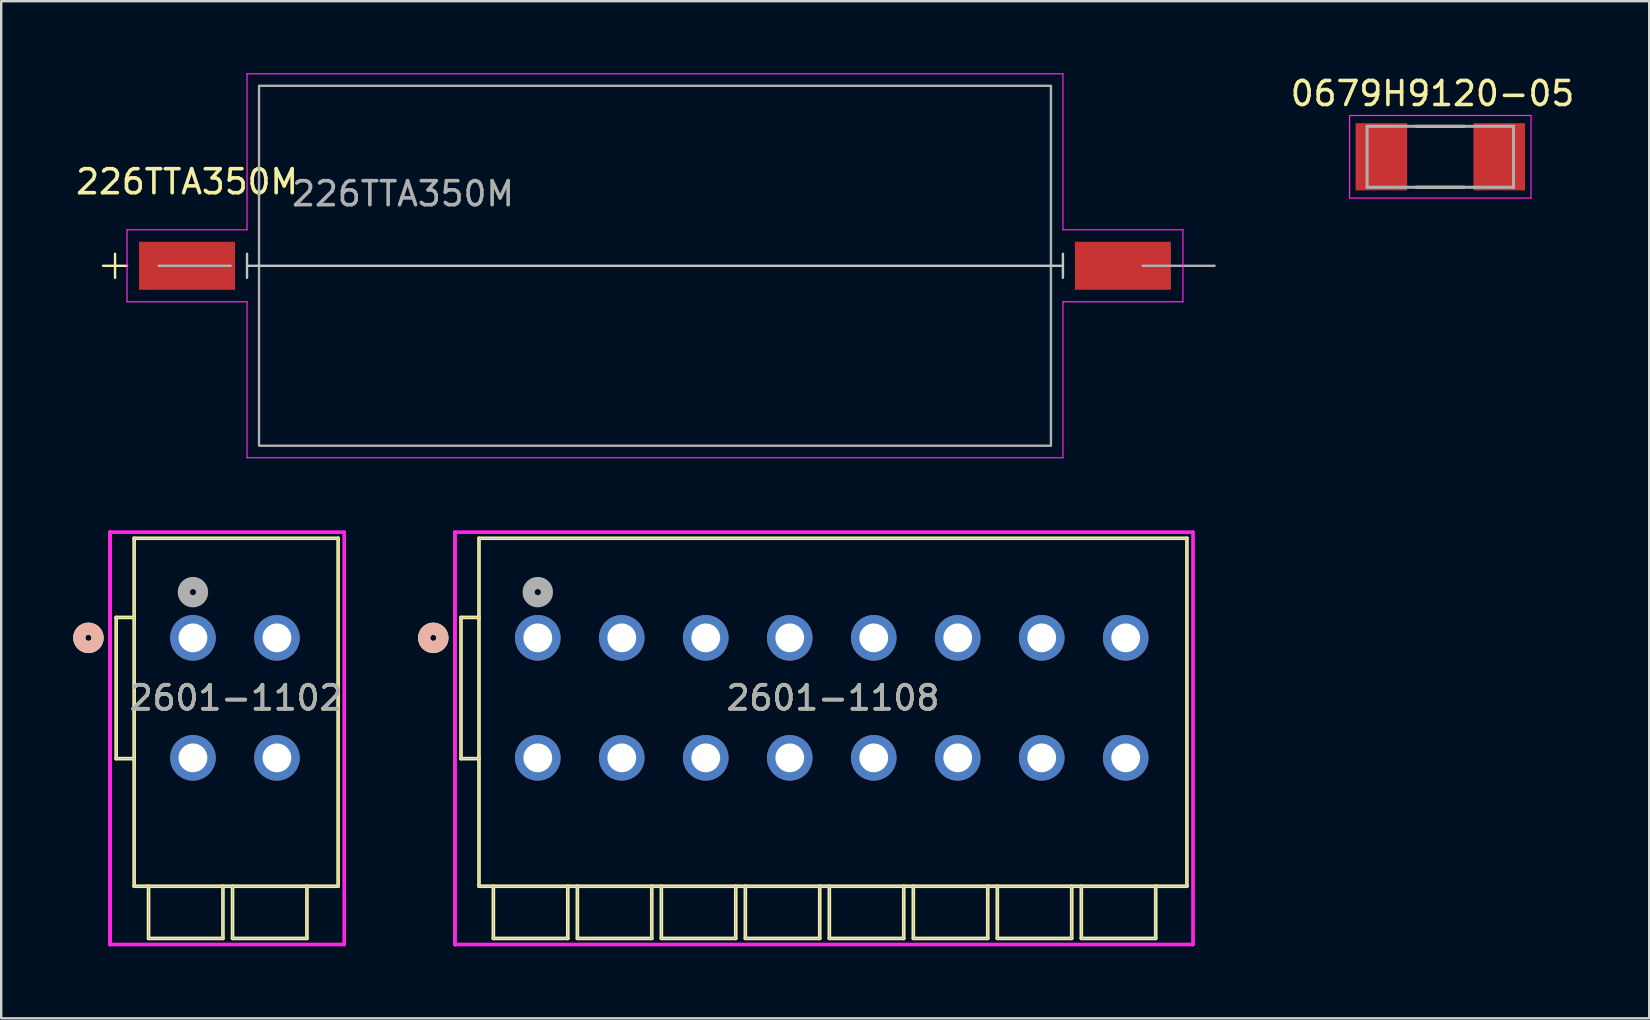
<source format=kicad_pcb>
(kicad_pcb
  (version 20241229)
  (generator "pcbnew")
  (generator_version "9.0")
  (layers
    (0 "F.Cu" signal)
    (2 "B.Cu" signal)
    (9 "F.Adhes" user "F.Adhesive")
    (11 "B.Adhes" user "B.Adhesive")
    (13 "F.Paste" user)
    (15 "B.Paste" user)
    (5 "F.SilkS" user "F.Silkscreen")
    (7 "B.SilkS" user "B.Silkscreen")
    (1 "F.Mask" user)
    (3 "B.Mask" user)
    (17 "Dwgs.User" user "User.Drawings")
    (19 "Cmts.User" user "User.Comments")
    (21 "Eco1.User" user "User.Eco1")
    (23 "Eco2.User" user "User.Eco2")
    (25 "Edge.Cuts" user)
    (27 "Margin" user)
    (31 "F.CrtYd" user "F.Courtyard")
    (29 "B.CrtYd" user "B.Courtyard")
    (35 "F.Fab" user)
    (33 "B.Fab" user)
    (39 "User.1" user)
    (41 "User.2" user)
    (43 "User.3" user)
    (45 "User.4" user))
  (footprint "226TTA350M"
    (layer "F.Cu")
    (at 4.744 8.025)
    (property "Reference" "226TTA350M" (at 0 -3.5 180) (layer "F.SilkS") (effects (font (size 1 1) (thickness 0.15))))
    (attr through_hole)
    (fp_line (start -3 -0.5) (end -3 0.5) (stroke (width 0.1) (type default)) (layer "F.SilkS"))
    (fp_line (start -2.5 0) (end -3.5 0) (stroke (width 0.1) (type default)) (layer "F.SilkS"))
    (fp_line (start 2.5 -0.5) (end 2.5 0.5) (stroke (width 0.1) (type default)) (layer "Dwgs.User"))
    (fp_line (start 2.5 0) (end 36.5 0) (stroke (width 0.1) (type default)) (layer "Dwgs.User"))
    (fp_line (start 36.5 -0.5) (end 36.5 0.5) (stroke (width 0.1) (type default)) (layer "Dwgs.User"))
    (fp_line (start -2.5 -1.5) (end -2.5 1.5) (stroke (width 0.05) (type default)) (layer "F.CrtYd"))
    (fp_line (start -2.5 1.5) (end 2.5 1.5) (stroke (width 0.05) (type default)) (layer "F.CrtYd"))
    (fp_line (start 2.5 -8) (end 2.5 -1.5) (stroke (width 0.05) (type default)) (layer "F.CrtYd"))
    (fp_line (start 2.5 -1.5) (end -2.5 -1.5) (stroke (width 0.05) (type default)) (layer "F.CrtYd"))
    (fp_line (start 2.5 1.5) (end 2.5 8) (stroke (width 0.05) (type default)) (layer "F.CrtYd"))
    (fp_line (start 2.5 8) (end 36.5 8) (stroke (width 0.05) (type default)) (layer "F.CrtYd"))
    (fp_line (start 36.5 -8) (end 2.5 -8) (stroke (width 0.05) (type default)) (layer "F.CrtYd"))
    (fp_line (start 36.5 -1.5) (end 36.5 -8) (stroke (width 0.05) (type default)) (layer "F.CrtYd"))
    (fp_line (start 36.5 1.5) (end 41.5 1.5) (stroke (width 0.05) (type default)) (layer "F.CrtYd"))
    (fp_line (start 36.5 8) (end 36.5 1.5) (stroke (width 0.05) (type default)) (layer "F.CrtYd"))
    (fp_line (start 41.5 -1.5) (end 36.5 -1.5) (stroke (width 0.05) (type default)) (layer "F.CrtYd"))
    (fp_line (start 41.5 1.5) (end 41.5 -1.5) (stroke (width 0.05) (type default)) (layer "F.CrtYd"))
    (fp_line (start -1.18 0) (end 1.82 0) (stroke (width 0.1) (type solid)) (layer "F.Fab"))
    (fp_line (start 42.82 0) (end 39.82 0) (stroke (width 0.1) (type solid)) (layer "F.Fab"))
    (fp_rect (start 3 -7.5) (end 36 7.5) (stroke (width 0.1) (type default)) (fill no) (layer "F.Fab"))
    (fp_text user "${REFERENCE}" (at 9 -3 180) (layer "F.Fab") (effects (font (size 1 1) (thickness 0.15))))
    (pad "1" smd rect (at 0 0) (size 4 2) (layers "F.Cu" "F.Mask" "F.Paste"))
    (pad "2" smd rect (at 39 0) (size 4 2) (layers "F.Cu" "F.Mask" "F.Paste")))
  (footprint "2601-1102"
    (layer "F.Cu")
    (at 4.99 23.53)
    (property "Reference" "2601-1102" (at 1.8 2.5 0) (unlocked yes) (layer "F.SilkS") (effects (font (size 1 1) (thickness 0.15))))
    (attr through_hole)
    (fp_line (start -3.2 5.034) (end -3.2 -0.85) (stroke (width 0.152) (type solid)) (layer "F.SilkS"))
    (fp_line (start -2.45 -4.15) (end 6.05 -4.15) (stroke (width 0.152) (type solid)) (layer "F.SilkS"))
    (fp_line (start -2.45 10.35) (end -2.45 -4.15) (stroke (width 0.152) (type solid)) (layer "F.SilkS"))
    (fp_line (start -2.45 10.35) (end 6.05 10.35) (stroke (width 0.152) (type solid)) (layer "F.SilkS"))
    (fp_line (start -2.45 -0.85) (end -3.2 -0.85) (stroke (width 0.152) (type solid)) (layer "F.SilkS"))
    (fp_line (start -2.45 5.034) (end -3.2 5.034) (stroke (width 0.152) (type solid)) (layer "F.SilkS"))
    (fp_line (start -1.85 10.35) (end -1.85 12.525) (stroke (width 0.152) (type solid)) (layer "F.SilkS"))
    (fp_line (start -1.85 12.525) (end 1.25 12.525) (stroke (width 0.152) (type solid)) (layer "F.SilkS"))
    (fp_line (start 1.25 10.35) (end 1.25 12.525) (stroke (width 0.152) (type solid)) (layer "F.SilkS"))
    (fp_line (start 1.65 10.35) (end 1.65 12.525) (stroke (width 0.152) (type solid)) (layer "F.SilkS"))
    (fp_line (start 1.65 12.525) (end 4.75 12.525) (stroke (width 0.152) (type solid)) (layer "F.SilkS"))
    (fp_line (start 4.75 10.35) (end 4.75 12.525) (stroke (width 0.152) (type solid)) (layer "F.SilkS"))
    (fp_line (start 6.05 -4.15) (end 6.05 10.35) (stroke (width 0.152) (type solid)) (layer "F.SilkS"))
    (fp_circle (center -4.355 0) (end -3.974 0) (stroke (width 0.508) (type solid)) (fill no) (layer "F.SilkS"))
    (fp_circle (center -4.355 0) (end -3.974 0) (stroke (width 0.508) (type solid)) (fill no) (layer "B.SilkS"))
    (fp_line (start -3.454 -4.404) (end -3.454 12.779) (stroke (width 0.152) (type solid)) (layer "F.CrtYd"))
    (fp_line (start -3.454 -4.404) (end -3.454 12.779) (stroke (width 0.152) (type solid)) (layer "F.CrtYd"))
    (fp_line (start -3.454 12.779) (end 6.304 12.779) (stroke (width 0.152) (type solid)) (layer "F.CrtYd"))
    (fp_line (start 6.304 -4.404) (end -3.454 -4.404) (stroke (width 0.152) (type solid)) (layer "F.CrtYd"))
    (fp_line (start 6.304 12.779) (end 6.304 -4.404) (stroke (width 0.152) (type solid)) (layer "F.CrtYd"))
    (fp_line (start -3.2 5.034) (end -3.2 -0.85) (stroke (width 0.025) (type solid)) (layer "F.Fab"))
    (fp_line (start -2.45 -4.15) (end 6.05 -4.15) (stroke (width 0.025) (type solid)) (layer "F.Fab"))
    (fp_line (start -2.45 10.35) (end -2.45 -4.15) (stroke (width 0.025) (type solid)) (layer "F.Fab"))
    (fp_line (start -2.45 10.35) (end 6.05 10.35) (stroke (width 0.025) (type solid)) (layer "F.Fab"))
    (fp_line (start -2.45 -0.85) (end -3.2 -0.85) (stroke (width 0.025) (type solid)) (layer "F.Fab"))
    (fp_line (start -2.45 5.034) (end -3.2 5.034) (stroke (width 0.025) (type solid)) (layer "F.Fab"))
    (fp_line (start -1.85 10.35) (end -1.85 12.525) (stroke (width 0.025) (type solid)) (layer "F.Fab"))
    (fp_line (start -1.85 12.525) (end 1.25 12.525) (stroke (width 0.025) (type solid)) (layer "F.Fab"))
    (fp_line (start 1.25 10.35) (end 1.25 12.525) (stroke (width 0.025) (type solid)) (layer "F.Fab"))
    (fp_line (start 1.65 10.35) (end 1.65 12.525) (stroke (width 0.025) (type solid)) (layer "F.Fab"))
    (fp_line (start 1.65 12.525) (end 4.75 12.525) (stroke (width 0.025) (type solid)) (layer "F.Fab"))
    (fp_line (start 4.75 10.35) (end 4.75 12.525) (stroke (width 0.025) (type solid)) (layer "F.Fab"))
    (fp_line (start 6.05 -4.15) (end 6.05 10.35) (stroke (width 0.025) (type solid)) (layer "F.Fab"))
    (fp_circle (center 0 -1.905) (end 0.381 -1.905) (stroke (width 0.508) (type solid)) (fill no) (layer "F.Fab"))
    (fp_text user "${REFERENCE}" (at 1.8 2.5 0) (unlocked yes) (layer "F.Fab") (effects (font (size 1 1) (thickness 0.15))))
    (pad "1" thru_hole circle (at 0 0) (size 1.9 1.9) (drill 1.2) (layers "*.Cu" "*.Mask"))
    (pad "2" thru_hole circle (at 0 5) (size 1.9 1.9) (drill 1.2) (layers "*.Cu" "*.Mask"))
    (pad "3" thru_hole circle (at 3.5 0) (size 1.9 1.9) (drill 1.2) (layers "*.Cu" "*.Mask"))
    (pad "4" thru_hole circle (at 3.5 5) (size 1.9 1.9) (drill 1.2) (layers "*.Cu" "*.Mask")))
  (footprint "2601-1108"
    (layer "F.Cu")
    (at 19.36 23.53)
    (property "Reference" "2601-1108" (at 12.3 2.5 0) (unlocked yes) (layer "F.SilkS") (effects (font (size 1 1) (thickness 0.15))))
    (attr through_hole)
    (fp_line (start -3.2 5.034) (end -3.2 -0.85) (stroke (width 0.152) (type solid)) (layer "F.SilkS"))
    (fp_line (start -2.45 -0.85) (end -3.2 -0.85) (stroke (width 0.152) (type solid)) (layer "F.SilkS"))
    (fp_line (start -2.45 5.034) (end -3.2 5.034) (stroke (width 0.152) (type solid)) (layer "F.SilkS"))
    (fp_line (start -2.45 -4.15) (end 27.05 -4.15) (stroke (width 0.152) (type solid)) (layer "F.SilkS"))
    (fp_line (start -2.45 10.35) (end -2.45 -4.15) (stroke (width 0.152) (type solid)) (layer "F.SilkS"))
    (fp_line (start -2.45 10.35) (end 27.05 10.35) (stroke (width 0.152) (type solid)) (layer "F.SilkS"))
    (fp_line (start -1.85 10.35) (end -1.85 12.525) (stroke (width 0.152) (type solid)) (layer "F.SilkS"))
    (fp_line (start -1.85 12.525) (end 1.25 12.525) (stroke (width 0.152) (type solid)) (layer "F.SilkS"))
    (fp_line (start 1.25 10.35) (end 1.25 12.525) (stroke (width 0.152) (type solid)) (layer "F.SilkS"))
    (fp_line (start 1.65 10.35) (end 1.65 12.525) (stroke (width 0.152) (type solid)) (layer "F.SilkS"))
    (fp_line (start 1.65 12.525) (end 4.75 12.525) (stroke (width 0.152) (type solid)) (layer "F.SilkS"))
    (fp_line (start 4.75 10.35) (end 4.75 12.525) (stroke (width 0.152) (type solid)) (layer "F.SilkS"))
    (fp_line (start 5.15 10.35) (end 5.15 12.525) (stroke (width 0.152) (type solid)) (layer "F.SilkS"))
    (fp_line (start 5.15 12.525) (end 8.25 12.525) (stroke (width 0.152) (type solid)) (layer "F.SilkS"))
    (fp_line (start 8.25 10.35) (end 8.25 12.525) (stroke (width 0.152) (type solid)) (layer "F.SilkS"))
    (fp_line (start 8.65 10.35) (end 8.65 12.525) (stroke (width 0.152) (type solid)) (layer "F.SilkS"))
    (fp_line (start 8.65 12.525) (end 11.75 12.525) (stroke (width 0.152) (type solid)) (layer "F.SilkS"))
    (fp_line (start 11.75 10.35) (end 11.75 12.525) (stroke (width 0.152) (type solid)) (layer "F.SilkS"))
    (fp_line (start 12.15 10.35) (end 12.15 12.525) (stroke (width 0.152) (type solid)) (layer "F.SilkS"))
    (fp_line (start 12.15 12.525) (end 15.25 12.525) (stroke (width 0.152) (type solid)) (layer "F.SilkS"))
    (fp_line (start 15.25 10.35) (end 15.25 12.525) (stroke (width 0.152) (type solid)) (layer "F.SilkS"))
    (fp_line (start 15.65 10.35) (end 15.65 12.525) (stroke (width 0.152) (type solid)) (layer "F.SilkS"))
    (fp_line (start 15.65 12.525) (end 18.75 12.525) (stroke (width 0.152) (type solid)) (layer "F.SilkS"))
    (fp_line (start 18.75 10.35) (end 18.75 12.525) (stroke (width 0.152) (type solid)) (layer "F.SilkS"))
    (fp_line (start 19.15 10.35) (end 19.15 12.525) (stroke (width 0.152) (type solid)) (layer "F.SilkS"))
    (fp_line (start 19.15 12.525) (end 22.25 12.525) (stroke (width 0.152) (type solid)) (layer "F.SilkS"))
    (fp_line (start 22.25 10.35) (end 22.25 12.525) (stroke (width 0.152) (type solid)) (layer "F.SilkS"))
    (fp_line (start 22.65 10.35) (end 22.65 12.525) (stroke (width 0.152) (type solid)) (layer "F.SilkS"))
    (fp_line (start 22.65 12.525) (end 25.75 12.525) (stroke (width 0.152) (type solid)) (layer "F.SilkS"))
    (fp_line (start 25.75 10.35) (end 25.75 12.525) (stroke (width 0.152) (type solid)) (layer "F.SilkS"))
    (fp_line (start 27.05 -4.15) (end 27.05 10.35) (stroke (width 0.152) (type solid)) (layer "F.SilkS"))
    (fp_circle (center -4.355 0) (end -3.974 0) (stroke (width 0.508) (type solid)) (fill no) (layer "F.SilkS"))
    (fp_circle (center -4.355 0) (end -3.974 0) (stroke (width 0.508) (type solid)) (fill no) (layer "B.SilkS"))
    (fp_line (start -3.454 -4.404) (end -3.454 12.779) (stroke (width 0.152) (type solid)) (layer "F.CrtYd"))
    (fp_line (start -3.454 -4.404) (end -3.454 12.779) (stroke (width 0.152) (type solid)) (layer "F.CrtYd"))
    (fp_line (start -3.454 12.779) (end 27.304 12.779) (stroke (width 0.152) (type solid)) (layer "F.CrtYd"))
    (fp_line (start 27.304 -4.404) (end -3.454 -4.404) (stroke (width 0.152) (type solid)) (layer "F.CrtYd"))
    (fp_line (start 27.304 12.779) (end 27.304 -4.404) (stroke (width 0.152) (type solid)) (layer "F.CrtYd"))
    (fp_line (start -3.2 5.034) (end -3.2 -0.85) (stroke (width 0.025) (type solid)) (layer "F.Fab"))
    (fp_line (start -2.45 -0.85) (end -3.2 -0.85) (stroke (width 0.025) (type solid)) (layer "F.Fab"))
    (fp_line (start -2.45 5.034) (end -3.2 5.034) (stroke (width 0.025) (type solid)) (layer "F.Fab"))
    (fp_line (start -2.45 -4.15) (end 27.05 -4.15) (stroke (width 0.025) (type solid)) (layer "F.Fab"))
    (fp_line (start -2.45 10.35) (end -2.45 -4.15) (stroke (width 0.025) (type solid)) (layer "F.Fab"))
    (fp_line (start -2.45 10.35) (end 27.05 10.35) (stroke (width 0.025) (type solid)) (layer "F.Fab"))
    (fp_line (start -1.85 10.35) (end -1.85 12.525) (stroke (width 0.025) (type solid)) (layer "F.Fab"))
    (fp_line (start -1.85 12.525) (end 1.25 12.525) (stroke (width 0.025) (type solid)) (layer "F.Fab"))
    (fp_line (start 1.25 10.35) (end 1.25 12.525) (stroke (width 0.025) (type solid)) (layer "F.Fab"))
    (fp_line (start 1.65 10.35) (end 1.65 12.525) (stroke (width 0.025) (type solid)) (layer "F.Fab"))
    (fp_line (start 1.65 12.525) (end 4.75 12.525) (stroke (width 0.025) (type solid)) (layer "F.Fab"))
    (fp_line (start 4.75 10.35) (end 4.75 12.525) (stroke (width 0.025) (type solid)) (layer "F.Fab"))
    (fp_line (start 5.15 10.35) (end 5.15 12.525) (stroke (width 0.025) (type solid)) (layer "F.Fab"))
    (fp_line (start 5.15 12.525) (end 8.25 12.525) (stroke (width 0.025) (type solid)) (layer "F.Fab"))
    (fp_line (start 8.25 10.35) (end 8.25 12.525) (stroke (width 0.025) (type solid)) (layer "F.Fab"))
    (fp_line (start 8.65 10.35) (end 8.65 12.525) (stroke (width 0.025) (type solid)) (layer "F.Fab"))
    (fp_line (start 8.65 12.525) (end 11.75 12.525) (stroke (width 0.025) (type solid)) (layer "F.Fab"))
    (fp_line (start 11.75 10.35) (end 11.75 12.525) (stroke (width 0.025) (type solid)) (layer "F.Fab"))
    (fp_line (start 12.15 10.35) (end 12.15 12.525) (stroke (width 0.025) (type solid)) (layer "F.Fab"))
    (fp_line (start 12.15 12.525) (end 15.25 12.525) (stroke (width 0.025) (type solid)) (layer "F.Fab"))
    (fp_line (start 15.25 10.35) (end 15.25 12.525) (stroke (width 0.025) (type solid)) (layer "F.Fab"))
    (fp_line (start 15.65 10.35) (end 15.65 12.525) (stroke (width 0.025) (type solid)) (layer "F.Fab"))
    (fp_line (start 15.65 12.525) (end 18.75 12.525) (stroke (width 0.025) (type solid)) (layer "F.Fab"))
    (fp_line (start 18.75 10.35) (end 18.75 12.525) (stroke (width 0.025) (type solid)) (layer "F.Fab"))
    (fp_line (start 19.15 10.35) (end 19.15 12.525) (stroke (width 0.025) (type solid)) (layer "F.Fab"))
    (fp_line (start 19.15 12.525) (end 22.25 12.525) (stroke (width 0.025) (type solid)) (layer "F.Fab"))
    (fp_line (start 22.25 10.35) (end 22.25 12.525) (stroke (width 0.025) (type solid)) (layer "F.Fab"))
    (fp_line (start 22.65 10.35) (end 22.65 12.525) (stroke (width 0.025) (type solid)) (layer "F.Fab"))
    (fp_line (start 22.65 12.525) (end 25.75 12.525) (stroke (width 0.025) (type solid)) (layer "F.Fab"))
    (fp_line (start 25.75 10.35) (end 25.75 12.525) (stroke (width 0.025) (type solid)) (layer "F.Fab"))
    (fp_line (start 27.05 -4.15) (end 27.05 10.35) (stroke (width 0.025) (type solid)) (layer "F.Fab"))
    (fp_circle (center 0 -1.905) (end 0.381 -1.905) (stroke (width 0.508) (type solid)) (fill no) (layer "F.Fab"))
    (fp_text user "${REFERENCE}" (at 12.3 2.5 0) (unlocked yes) (layer "F.Fab") (effects (font (size 1 1) (thickness 0.15))))
    (pad "1" thru_hole circle (at 0 0) (size 1.9 1.9) (drill 1.2) (layers "*.Cu" "*.Mask"))
    (pad "2" thru_hole circle (at 0 5) (size 1.9 1.9) (drill 1.2) (layers "*.Cu" "*.Mask"))
    (pad "3" thru_hole circle (at 3.5 0) (size 1.9 1.9) (drill 1.2) (layers "*.Cu" "*.Mask"))
    (pad "4" thru_hole circle (at 3.5 5) (size 1.9 1.9) (drill 1.2) (layers "*.Cu" "*.Mask"))
    (pad "5" thru_hole circle (at 7 0) (size 1.9 1.9) (drill 1.2) (layers "*.Cu" "*.Mask"))
    (pad "6" thru_hole circle (at 7 5) (size 1.9 1.9) (drill 1.2) (layers "*.Cu" "*.Mask"))
    (pad "7" thru_hole circle (at 10.5 0) (size 1.9 1.9) (drill 1.2) (layers "*.Cu" "*.Mask"))
    (pad "8" thru_hole circle (at 10.5 5) (size 1.9 1.9) (drill 1.2) (layers "*.Cu" "*.Mask"))
    (pad "9" thru_hole circle (at 14 0) (size 1.9 1.9) (drill 1.2) (layers "*.Cu" "*.Mask"))
    (pad "10" thru_hole circle (at 14 5) (size 1.9 1.9) (drill 1.2) (layers "*.Cu" "*.Mask"))
    (pad "11" thru_hole circle (at 17.5 0) (size 1.9 1.9) (drill 1.2) (layers "*.Cu" "*.Mask"))
    (pad "12" thru_hole circle (at 17.5 5) (size 1.9 1.9) (drill 1.2) (layers "*.Cu" "*.Mask"))
    (pad "13" thru_hole circle (at 21 0) (size 1.9 1.9) (drill 1.2) (layers "*.Cu" "*.Mask"))
    (pad "14" thru_hole circle (at 21 5) (size 1.9 1.9) (drill 1.2) (layers "*.Cu" "*.Mask"))
    (pad "15" thru_hole circle (at 24.5 0) (size 1.9 1.9) (drill 1.2) (layers "*.Cu" "*.Mask"))
    (pad "16" thru_hole circle (at 24.5 5) (size 1.9 1.9) (drill 1.2) (layers "*.Cu" "*.Mask")))
  (footprint "0679H9120-05"
    (layer "F.Cu")
    (at 56.969 3.483)
    (property "Reference" "0679H9120-05" (at -0.325 -2.635 0) (layer "F.SilkS") (effects (font (size 1 1) (thickness 0.15))))
    (attr smd)
    (fp_line (start -1 -1.27) (end 1 -1.27) (stroke (width 0.127) (type solid)) (layer "F.SilkS"))
    (fp_line (start 1 1.27) (end -1 1.27) (stroke (width 0.127) (type solid)) (layer "F.SilkS"))
    (fp_line (start -3.78 -1.72) (end 3.78 -1.72) (stroke (width 0.05) (type solid)) (layer "F.CrtYd"))
    (fp_line (start -3.78 1.72) (end -3.78 -1.72) (stroke (width 0.05) (type solid)) (layer "F.CrtYd"))
    (fp_line (start 3.78 -1.72) (end 3.78 1.72) (stroke (width 0.05) (type solid)) (layer "F.CrtYd"))
    (fp_line (start 3.78 1.72) (end -3.78 1.72) (stroke (width 0.05) (type solid)) (layer "F.CrtYd"))
    (fp_line (start -3.05 -1.27) (end 3.05 -1.27) (stroke (width 0.127) (type solid)) (layer "F.Fab"))
    (fp_line (start -3.05 1.27) (end -3.05 -1.27) (stroke (width 0.127) (type solid)) (layer "F.Fab"))
    (fp_line (start 3.05 -1.27) (end 3.05 1.27) (stroke (width 0.127) (type solid)) (layer "F.Fab"))
    (fp_line (start 3.05 1.27) (end -3.05 1.27) (stroke (width 0.127) (type solid)) (layer "F.Fab"))
    (pad "1" smd rect (at -2.455 0) (size 2.15 2.8) (layers "F.Cu" "F.Mask" "F.Paste"))
    (pad "2" smd rect (at 2.455 0) (size 2.15 2.8) (layers "F.Cu" "F.Mask" "F.Paste")))
  (gr_rect
    (start -3 -3)
    (end 65.674 39.385)
    (stroke (width 0.1) (type default))
    (fill no)
    (layer "Edge.Cuts")))
</source>
